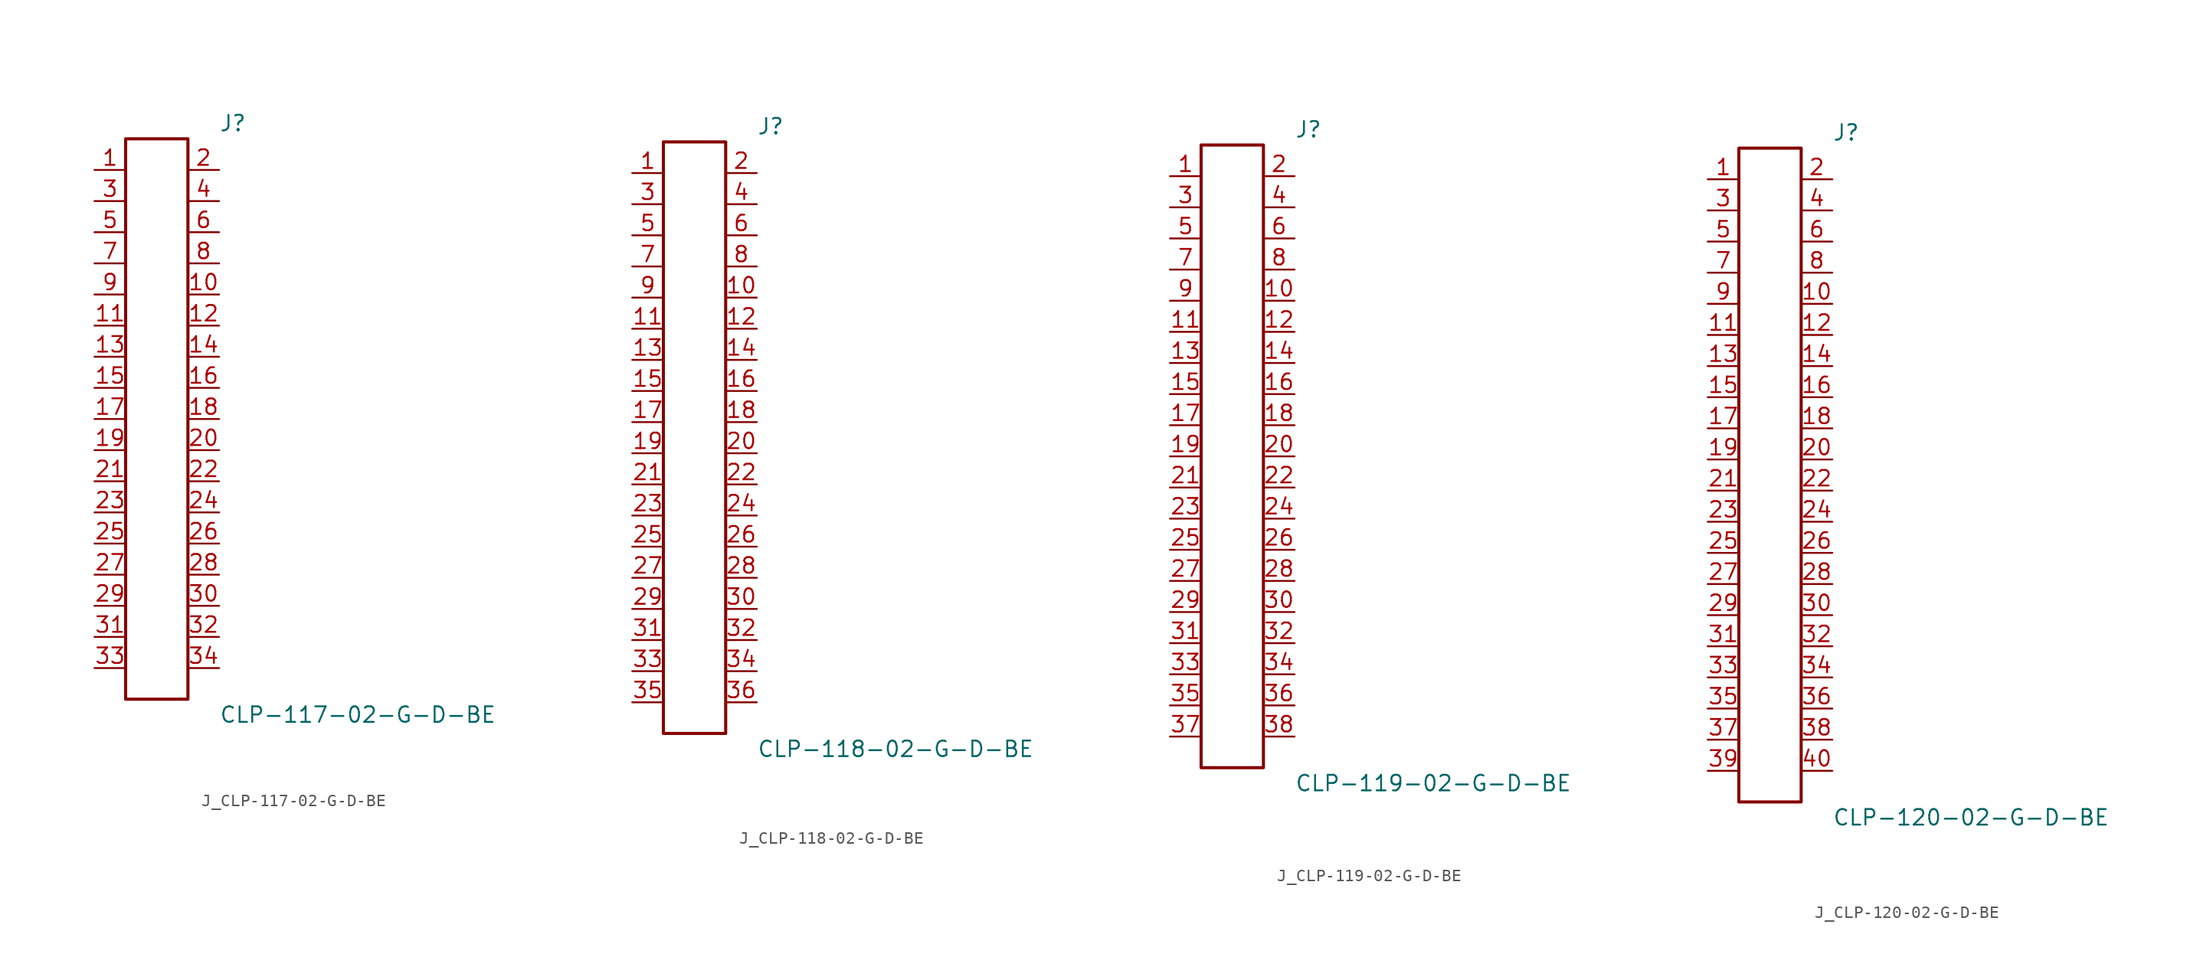
<source format=kicad_sym>
(kicad_symbol_lib
  (version 20231120)
  (generator kicad_symbol_editor)
  (generator_version 8.0)
  (symbol "J_CLP-117-02-G-D-BE"
    (pin_names
      (offset 0.254))
    (property "Reference" "J"
      (at 5.08 24.13 0)
      (effects (font (size 1.27 1.27)) (justify left)))
    (property "Value" "CLP-117-02-G-D-BE"
      (at 5.08 -24.13 0)
      (effects (font (size 1.27 1.27)) (justify left)))
    (symbol "J_CLP-117-02-G-D-BE_0_0"
      (pin passive line (at -5.08 20.32 0) (length 2.54) (name "" (effects (font (size 1.27 1.27)))) (number "1" (effects (font (size 1.27 1.27)))))
      (pin passive line (at 5.08 20.32 180) (length 2.54) (name "" (effects (font (size 1.27 1.27)))) (number "2" (effects (font (size 1.27 1.27)))))
      (pin passive line (at -5.08 17.78 0) (length 2.54) (name "" (effects (font (size 1.27 1.27)))) (number "3" (effects (font (size 1.27 1.27)))))
      (pin passive line (at 5.08 17.78 180) (length 2.54) (name "" (effects (font (size 1.27 1.27)))) (number "4" (effects (font (size 1.27 1.27)))))
      (pin passive line (at -5.08 15.24 0) (length 2.54) (name "" (effects (font (size 1.27 1.27)))) (number "5" (effects (font (size 1.27 1.27)))))
      (pin passive line (at 5.08 15.24 180) (length 2.54) (name "" (effects (font (size 1.27 1.27)))) (number "6" (effects (font (size 1.27 1.27)))))
      (pin passive line (at -5.08 12.7 0) (length 2.54) (name "" (effects (font (size 1.27 1.27)))) (number "7" (effects (font (size 1.27 1.27)))))
      (pin passive line (at 5.08 12.7 180) (length 2.54) (name "" (effects (font (size 1.27 1.27)))) (number "8" (effects (font (size 1.27 1.27)))))
      (pin passive line (at -5.08 10.16 0) (length 2.54) (name "" (effects (font (size 1.27 1.27)))) (number "9" (effects (font (size 1.27 1.27)))))
      (pin passive line (at 5.08 10.16 180) (length 2.54) (name "" (effects (font (size 1.27 1.27)))) (number "10" (effects (font (size 1.27 1.27)))))
      (pin passive line (at -5.08 7.62 0) (length 2.54) (name "" (effects (font (size 1.27 1.27)))) (number "11" (effects (font (size 1.27 1.27)))))
      (pin passive line (at 5.08 7.62 180) (length 2.54) (name "" (effects (font (size 1.27 1.27)))) (number "12" (effects (font (size 1.27 1.27)))))
      (pin passive line (at -5.08 5.08 0) (length 2.54) (name "" (effects (font (size 1.27 1.27)))) (number "13" (effects (font (size 1.27 1.27)))))
      (pin passive line (at 5.08 5.08 180) (length 2.54) (name "" (effects (font (size 1.27 1.27)))) (number "14" (effects (font (size 1.27 1.27)))))
      (pin passive line (at -5.08 2.54 0) (length 2.54) (name "" (effects (font (size 1.27 1.27)))) (number "15" (effects (font (size 1.27 1.27)))))
      (pin passive line (at 5.08 2.54 180) (length 2.54) (name "" (effects (font (size 1.27 1.27)))) (number "16" (effects (font (size 1.27 1.27)))))
      (pin passive line (at -5.08 0.0 0) (length 2.54) (name "" (effects (font (size 1.27 1.27)))) (number "17" (effects (font (size 1.27 1.27)))))
      (pin passive line (at 5.08 0.0 180) (length 2.54) (name "" (effects (font (size 1.27 1.27)))) (number "18" (effects (font (size 1.27 1.27)))))
      (pin passive line (at -5.08 -2.54 0) (length 2.54) (name "" (effects (font (size 1.27 1.27)))) (number "19" (effects (font (size 1.27 1.27)))))
      (pin passive line (at 5.08 -2.54 180) (length 2.54) (name "" (effects (font (size 1.27 1.27)))) (number "20" (effects (font (size 1.27 1.27)))))
      (pin passive line (at -5.08 -5.08 0) (length 2.54) (name "" (effects (font (size 1.27 1.27)))) (number "21" (effects (font (size 1.27 1.27)))))
      (pin passive line (at 5.08 -5.08 180) (length 2.54) (name "" (effects (font (size 1.27 1.27)))) (number "22" (effects (font (size 1.27 1.27)))))
      (pin passive line (at -5.08 -7.62 0) (length 2.54) (name "" (effects (font (size 1.27 1.27)))) (number "23" (effects (font (size 1.27 1.27)))))
      (pin passive line (at 5.08 -7.62 180) (length 2.54) (name "" (effects (font (size 1.27 1.27)))) (number "24" (effects (font (size 1.27 1.27)))))
      (pin passive line (at -5.08 -10.16 0) (length 2.54) (name "" (effects (font (size 1.27 1.27)))) (number "25" (effects (font (size 1.27 1.27)))))
      (pin passive line (at 5.08 -10.16 180) (length 2.54) (name "" (effects (font (size 1.27 1.27)))) (number "26" (effects (font (size 1.27 1.27)))))
      (pin passive line (at -5.08 -12.7 0) (length 2.54) (name "" (effects (font (size 1.27 1.27)))) (number "27" (effects (font (size 1.27 1.27)))))
      (pin passive line (at 5.08 -12.7 180) (length 2.54) (name "" (effects (font (size 1.27 1.27)))) (number "28" (effects (font (size 1.27 1.27)))))
      (pin passive line (at -5.08 -15.24 0) (length 2.54) (name "" (effects (font (size 1.27 1.27)))) (number "29" (effects (font (size 1.27 1.27)))))
      (pin passive line (at 5.08 -15.24 180) (length 2.54) (name "" (effects (font (size 1.27 1.27)))) (number "30" (effects (font (size 1.27 1.27)))))
      (pin passive line (at -5.08 -17.78 0) (length 2.54) (name "" (effects (font (size 1.27 1.27)))) (number "31" (effects (font (size 1.27 1.27)))))
      (pin passive line (at 5.08 -17.78 180) (length 2.54) (name "" (effects (font (size 1.27 1.27)))) (number "32" (effects (font (size 1.27 1.27)))))
      (pin passive line (at -5.08 -20.32 0) (length 2.54) (name "" (effects (font (size 1.27 1.27)))) (number "33" (effects (font (size 1.27 1.27)))))
      (pin passive line (at 5.08 -20.32 180) (length 2.54) (name "" (effects (font (size 1.27 1.27)))) (number "34" (effects (font (size 1.27 1.27))))))
    (symbol "J_CLP-117-02-G-D-BE_1_0"
      (rectangle (start -2.54 22.86) (end 2.54 -22.86) (stroke (width 0.254) (type solid)) (fill (type none)))))
  (symbol "J_CLP-118-02-G-D-BE"
    (pin_names
      (offset 0.254))
    (property "Reference" "J"
      (at 5.08 25.4 0)
      (effects (font (size 1.27 1.27)) (justify left)))
    (property "Value" "CLP-118-02-G-D-BE"
      (at 5.08 -25.4 0)
      (effects (font (size 1.27 1.27)) (justify left)))
    (symbol "J_CLP-118-02-G-D-BE_0_0"
      (pin passive line (at -5.08 21.59 0) (length 2.54) (name "" (effects (font (size 1.27 1.27)))) (number "1" (effects (font (size 1.27 1.27)))))
      (pin passive line (at 5.08 21.59 180) (length 2.54) (name "" (effects (font (size 1.27 1.27)))) (number "2" (effects (font (size 1.27 1.27)))))
      (pin passive line (at -5.08 19.05 0) (length 2.54) (name "" (effects (font (size 1.27 1.27)))) (number "3" (effects (font (size 1.27 1.27)))))
      (pin passive line (at 5.08 19.05 180) (length 2.54) (name "" (effects (font (size 1.27 1.27)))) (number "4" (effects (font (size 1.27 1.27)))))
      (pin passive line (at -5.08 16.51 0) (length 2.54) (name "" (effects (font (size 1.27 1.27)))) (number "5" (effects (font (size 1.27 1.27)))))
      (pin passive line (at 5.08 16.51 180) (length 2.54) (name "" (effects (font (size 1.27 1.27)))) (number "6" (effects (font (size 1.27 1.27)))))
      (pin passive line (at -5.08 13.97 0) (length 2.54) (name "" (effects (font (size 1.27 1.27)))) (number "7" (effects (font (size 1.27 1.27)))))
      (pin passive line (at 5.08 13.97 180) (length 2.54) (name "" (effects (font (size 1.27 1.27)))) (number "8" (effects (font (size 1.27 1.27)))))
      (pin passive line (at -5.08 11.43 0) (length 2.54) (name "" (effects (font (size 1.27 1.27)))) (number "9" (effects (font (size 1.27 1.27)))))
      (pin passive line (at 5.08 11.43 180) (length 2.54) (name "" (effects (font (size 1.27 1.27)))) (number "10" (effects (font (size 1.27 1.27)))))
      (pin passive line (at -5.08 8.89 0) (length 2.54) (name "" (effects (font (size 1.27 1.27)))) (number "11" (effects (font (size 1.27 1.27)))))
      (pin passive line (at 5.08 8.89 180) (length 2.54) (name "" (effects (font (size 1.27 1.27)))) (number "12" (effects (font (size 1.27 1.27)))))
      (pin passive line (at -5.08 6.35 0) (length 2.54) (name "" (effects (font (size 1.27 1.27)))) (number "13" (effects (font (size 1.27 1.27)))))
      (pin passive line (at 5.08 6.35 180) (length 2.54) (name "" (effects (font (size 1.27 1.27)))) (number "14" (effects (font (size 1.27 1.27)))))
      (pin passive line (at -5.08 3.81 0) (length 2.54) (name "" (effects (font (size 1.27 1.27)))) (number "15" (effects (font (size 1.27 1.27)))))
      (pin passive line (at 5.08 3.81 180) (length 2.54) (name "" (effects (font (size 1.27 1.27)))) (number "16" (effects (font (size 1.27 1.27)))))
      (pin passive line (at -5.08 1.27 0) (length 2.54) (name "" (effects (font (size 1.27 1.27)))) (number "17" (effects (font (size 1.27 1.27)))))
      (pin passive line (at 5.08 1.27 180) (length 2.54) (name "" (effects (font (size 1.27 1.27)))) (number "18" (effects (font (size 1.27 1.27)))))
      (pin passive line (at -5.08 -1.27 0) (length 2.54) (name "" (effects (font (size 1.27 1.27)))) (number "19" (effects (font (size 1.27 1.27)))))
      (pin passive line (at 5.08 -1.27 180) (length 2.54) (name "" (effects (font (size 1.27 1.27)))) (number "20" (effects (font (size 1.27 1.27)))))
      (pin passive line (at -5.08 -3.81 0) (length 2.54) (name "" (effects (font (size 1.27 1.27)))) (number "21" (effects (font (size 1.27 1.27)))))
      (pin passive line (at 5.08 -3.81 180) (length 2.54) (name "" (effects (font (size 1.27 1.27)))) (number "22" (effects (font (size 1.27 1.27)))))
      (pin passive line (at -5.08 -6.35 0) (length 2.54) (name "" (effects (font (size 1.27 1.27)))) (number "23" (effects (font (size 1.27 1.27)))))
      (pin passive line (at 5.08 -6.35 180) (length 2.54) (name "" (effects (font (size 1.27 1.27)))) (number "24" (effects (font (size 1.27 1.27)))))
      (pin passive line (at -5.08 -8.89 0) (length 2.54) (name "" (effects (font (size 1.27 1.27)))) (number "25" (effects (font (size 1.27 1.27)))))
      (pin passive line (at 5.08 -8.89 180) (length 2.54) (name "" (effects (font (size 1.27 1.27)))) (number "26" (effects (font (size 1.27 1.27)))))
      (pin passive line (at -5.08 -11.43 0) (length 2.54) (name "" (effects (font (size 1.27 1.27)))) (number "27" (effects (font (size 1.27 1.27)))))
      (pin passive line (at 5.08 -11.43 180) (length 2.54) (name "" (effects (font (size 1.27 1.27)))) (number "28" (effects (font (size 1.27 1.27)))))
      (pin passive line (at -5.08 -13.97 0) (length 2.54) (name "" (effects (font (size 1.27 1.27)))) (number "29" (effects (font (size 1.27 1.27)))))
      (pin passive line (at 5.08 -13.97 180) (length 2.54) (name "" (effects (font (size 1.27 1.27)))) (number "30" (effects (font (size 1.27 1.27)))))
      (pin passive line (at -5.08 -16.51 0) (length 2.54) (name "" (effects (font (size 1.27 1.27)))) (number "31" (effects (font (size 1.27 1.27)))))
      (pin passive line (at 5.08 -16.51 180) (length 2.54) (name "" (effects (font (size 1.27 1.27)))) (number "32" (effects (font (size 1.27 1.27)))))
      (pin passive line (at -5.08 -19.05 0) (length 2.54) (name "" (effects (font (size 1.27 1.27)))) (number "33" (effects (font (size 1.27 1.27)))))
      (pin passive line (at 5.08 -19.05 180) (length 2.54) (name "" (effects (font (size 1.27 1.27)))) (number "34" (effects (font (size 1.27 1.27)))))
      (pin passive line (at -5.08 -21.59 0) (length 2.54) (name "" (effects (font (size 1.27 1.27)))) (number "35" (effects (font (size 1.27 1.27)))))
      (pin passive line (at 5.08 -21.59 180) (length 2.54) (name "" (effects (font (size 1.27 1.27)))) (number "36" (effects (font (size 1.27 1.27))))))
    (symbol "J_CLP-118-02-G-D-BE_1_0"
      (rectangle (start -2.54 24.13) (end 2.54 -24.13) (stroke (width 0.254) (type solid)) (fill (type none)))))
  (symbol "J_CLP-119-02-G-D-BE"
    (pin_names
      (offset 0.254))
    (property "Reference" "J"
      (at 5.08 26.67 0)
      (effects (font (size 1.27 1.27)) (justify left)))
    (property "Value" "CLP-119-02-G-D-BE"
      (at 5.08 -26.67 0)
      (effects (font (size 1.27 1.27)) (justify left)))
    (symbol "J_CLP-119-02-G-D-BE_0_0"
      (pin passive line (at -5.08 22.86 0) (length 2.54) (name "" (effects (font (size 1.27 1.27)))) (number "1" (effects (font (size 1.27 1.27)))))
      (pin passive line (at 5.08 22.86 180) (length 2.54) (name "" (effects (font (size 1.27 1.27)))) (number "2" (effects (font (size 1.27 1.27)))))
      (pin passive line (at -5.08 20.32 0) (length 2.54) (name "" (effects (font (size 1.27 1.27)))) (number "3" (effects (font (size 1.27 1.27)))))
      (pin passive line (at 5.08 20.32 180) (length 2.54) (name "" (effects (font (size 1.27 1.27)))) (number "4" (effects (font (size 1.27 1.27)))))
      (pin passive line (at -5.08 17.78 0) (length 2.54) (name "" (effects (font (size 1.27 1.27)))) (number "5" (effects (font (size 1.27 1.27)))))
      (pin passive line (at 5.08 17.78 180) (length 2.54) (name "" (effects (font (size 1.27 1.27)))) (number "6" (effects (font (size 1.27 1.27)))))
      (pin passive line (at -5.08 15.24 0) (length 2.54) (name "" (effects (font (size 1.27 1.27)))) (number "7" (effects (font (size 1.27 1.27)))))
      (pin passive line (at 5.08 15.24 180) (length 2.54) (name "" (effects (font (size 1.27 1.27)))) (number "8" (effects (font (size 1.27 1.27)))))
      (pin passive line (at -5.08 12.7 0) (length 2.54) (name "" (effects (font (size 1.27 1.27)))) (number "9" (effects (font (size 1.27 1.27)))))
      (pin passive line (at 5.08 12.7 180) (length 2.54) (name "" (effects (font (size 1.27 1.27)))) (number "10" (effects (font (size 1.27 1.27)))))
      (pin passive line (at -5.08 10.16 0) (length 2.54) (name "" (effects (font (size 1.27 1.27)))) (number "11" (effects (font (size 1.27 1.27)))))
      (pin passive line (at 5.08 10.16 180) (length 2.54) (name "" (effects (font (size 1.27 1.27)))) (number "12" (effects (font (size 1.27 1.27)))))
      (pin passive line (at -5.08 7.62 0) (length 2.54) (name "" (effects (font (size 1.27 1.27)))) (number "13" (effects (font (size 1.27 1.27)))))
      (pin passive line (at 5.08 7.62 180) (length 2.54) (name "" (effects (font (size 1.27 1.27)))) (number "14" (effects (font (size 1.27 1.27)))))
      (pin passive line (at -5.08 5.08 0) (length 2.54) (name "" (effects (font (size 1.27 1.27)))) (number "15" (effects (font (size 1.27 1.27)))))
      (pin passive line (at 5.08 5.08 180) (length 2.54) (name "" (effects (font (size 1.27 1.27)))) (number "16" (effects (font (size 1.27 1.27)))))
      (pin passive line (at -5.08 2.54 0) (length 2.54) (name "" (effects (font (size 1.27 1.27)))) (number "17" (effects (font (size 1.27 1.27)))))
      (pin passive line (at 5.08 2.54 180) (length 2.54) (name "" (effects (font (size 1.27 1.27)))) (number "18" (effects (font (size 1.27 1.27)))))
      (pin passive line (at -5.08 0.0 0) (length 2.54) (name "" (effects (font (size 1.27 1.27)))) (number "19" (effects (font (size 1.27 1.27)))))
      (pin passive line (at 5.08 0.0 180) (length 2.54) (name "" (effects (font (size 1.27 1.27)))) (number "20" (effects (font (size 1.27 1.27)))))
      (pin passive line (at -5.08 -2.54 0) (length 2.54) (name "" (effects (font (size 1.27 1.27)))) (number "21" (effects (font (size 1.27 1.27)))))
      (pin passive line (at 5.08 -2.54 180) (length 2.54) (name "" (effects (font (size 1.27 1.27)))) (number "22" (effects (font (size 1.27 1.27)))))
      (pin passive line (at -5.08 -5.08 0) (length 2.54) (name "" (effects (font (size 1.27 1.27)))) (number "23" (effects (font (size 1.27 1.27)))))
      (pin passive line (at 5.08 -5.08 180) (length 2.54) (name "" (effects (font (size 1.27 1.27)))) (number "24" (effects (font (size 1.27 1.27)))))
      (pin passive line (at -5.08 -7.62 0) (length 2.54) (name "" (effects (font (size 1.27 1.27)))) (number "25" (effects (font (size 1.27 1.27)))))
      (pin passive line (at 5.08 -7.62 180) (length 2.54) (name "" (effects (font (size 1.27 1.27)))) (number "26" (effects (font (size 1.27 1.27)))))
      (pin passive line (at -5.08 -10.16 0) (length 2.54) (name "" (effects (font (size 1.27 1.27)))) (number "27" (effects (font (size 1.27 1.27)))))
      (pin passive line (at 5.08 -10.16 180) (length 2.54) (name "" (effects (font (size 1.27 1.27)))) (number "28" (effects (font (size 1.27 1.27)))))
      (pin passive line (at -5.08 -12.7 0) (length 2.54) (name "" (effects (font (size 1.27 1.27)))) (number "29" (effects (font (size 1.27 1.27)))))
      (pin passive line (at 5.08 -12.7 180) (length 2.54) (name "" (effects (font (size 1.27 1.27)))) (number "30" (effects (font (size 1.27 1.27)))))
      (pin passive line (at -5.08 -15.24 0) (length 2.54) (name "" (effects (font (size 1.27 1.27)))) (number "31" (effects (font (size 1.27 1.27)))))
      (pin passive line (at 5.08 -15.24 180) (length 2.54) (name "" (effects (font (size 1.27 1.27)))) (number "32" (effects (font (size 1.27 1.27)))))
      (pin passive line (at -5.08 -17.78 0) (length 2.54) (name "" (effects (font (size 1.27 1.27)))) (number "33" (effects (font (size 1.27 1.27)))))
      (pin passive line (at 5.08 -17.78 180) (length 2.54) (name "" (effects (font (size 1.27 1.27)))) (number "34" (effects (font (size 1.27 1.27)))))
      (pin passive line (at -5.08 -20.32 0) (length 2.54) (name "" (effects (font (size 1.27 1.27)))) (number "35" (effects (font (size 1.27 1.27)))))
      (pin passive line (at 5.08 -20.32 180) (length 2.54) (name "" (effects (font (size 1.27 1.27)))) (number "36" (effects (font (size 1.27 1.27)))))
      (pin passive line (at -5.08 -22.86 0) (length 2.54) (name "" (effects (font (size 1.27 1.27)))) (number "37" (effects (font (size 1.27 1.27)))))
      (pin passive line (at 5.08 -22.86 180) (length 2.54) (name "" (effects (font (size 1.27 1.27)))) (number "38" (effects (font (size 1.27 1.27))))))
    (symbol "J_CLP-119-02-G-D-BE_1_0"
      (rectangle (start -2.54 25.4) (end 2.54 -25.4) (stroke (width 0.254) (type solid)) (fill (type none)))))
  (symbol "J_CLP-120-02-G-D-BE"
    (pin_names
      (offset 0.254))
    (property "Reference" "J"
      (at 5.08 27.94 0)
      (effects (font (size 1.27 1.27)) (justify left)))
    (property "Value" "CLP-120-02-G-D-BE"
      (at 5.08 -27.94 0)
      (effects (font (size 1.27 1.27)) (justify left)))
    (symbol "J_CLP-120-02-G-D-BE_0_0"
      (pin passive line (at -5.08 24.13 0) (length 2.54) (name "" (effects (font (size 1.27 1.27)))) (number "1" (effects (font (size 1.27 1.27)))))
      (pin passive line (at 5.08 24.13 180) (length 2.54) (name "" (effects (font (size 1.27 1.27)))) (number "2" (effects (font (size 1.27 1.27)))))
      (pin passive line (at -5.08 21.59 0) (length 2.54) (name "" (effects (font (size 1.27 1.27)))) (number "3" (effects (font (size 1.27 1.27)))))
      (pin passive line (at 5.08 21.59 180) (length 2.54) (name "" (effects (font (size 1.27 1.27)))) (number "4" (effects (font (size 1.27 1.27)))))
      (pin passive line (at -5.08 19.05 0) (length 2.54) (name "" (effects (font (size 1.27 1.27)))) (number "5" (effects (font (size 1.27 1.27)))))
      (pin passive line (at 5.08 19.05 180) (length 2.54) (name "" (effects (font (size 1.27 1.27)))) (number "6" (effects (font (size 1.27 1.27)))))
      (pin passive line (at -5.08 16.51 0) (length 2.54) (name "" (effects (font (size 1.27 1.27)))) (number "7" (effects (font (size 1.27 1.27)))))
      (pin passive line (at 5.08 16.51 180) (length 2.54) (name "" (effects (font (size 1.27 1.27)))) (number "8" (effects (font (size 1.27 1.27)))))
      (pin passive line (at -5.08 13.97 0) (length 2.54) (name "" (effects (font (size 1.27 1.27)))) (number "9" (effects (font (size 1.27 1.27)))))
      (pin passive line (at 5.08 13.97 180) (length 2.54) (name "" (effects (font (size 1.27 1.27)))) (number "10" (effects (font (size 1.27 1.27)))))
      (pin passive line (at -5.08 11.43 0) (length 2.54) (name "" (effects (font (size 1.27 1.27)))) (number "11" (effects (font (size 1.27 1.27)))))
      (pin passive line (at 5.08 11.43 180) (length 2.54) (name "" (effects (font (size 1.27 1.27)))) (number "12" (effects (font (size 1.27 1.27)))))
      (pin passive line (at -5.08 8.89 0) (length 2.54) (name "" (effects (font (size 1.27 1.27)))) (number "13" (effects (font (size 1.27 1.27)))))
      (pin passive line (at 5.08 8.89 180) (length 2.54) (name "" (effects (font (size 1.27 1.27)))) (number "14" (effects (font (size 1.27 1.27)))))
      (pin passive line (at -5.08 6.35 0) (length 2.54) (name "" (effects (font (size 1.27 1.27)))) (number "15" (effects (font (size 1.27 1.27)))))
      (pin passive line (at 5.08 6.35 180) (length 2.54) (name "" (effects (font (size 1.27 1.27)))) (number "16" (effects (font (size 1.27 1.27)))))
      (pin passive line (at -5.08 3.81 0) (length 2.54) (name "" (effects (font (size 1.27 1.27)))) (number "17" (effects (font (size 1.27 1.27)))))
      (pin passive line (at 5.08 3.81 180) (length 2.54) (name "" (effects (font (size 1.27 1.27)))) (number "18" (effects (font (size 1.27 1.27)))))
      (pin passive line (at -5.08 1.27 0) (length 2.54) (name "" (effects (font (size 1.27 1.27)))) (number "19" (effects (font (size 1.27 1.27)))))
      (pin passive line (at 5.08 1.27 180) (length 2.54) (name "" (effects (font (size 1.27 1.27)))) (number "20" (effects (font (size 1.27 1.27)))))
      (pin passive line (at -5.08 -1.27 0) (length 2.54) (name "" (effects (font (size 1.27 1.27)))) (number "21" (effects (font (size 1.27 1.27)))))
      (pin passive line (at 5.08 -1.27 180) (length 2.54) (name "" (effects (font (size 1.27 1.27)))) (number "22" (effects (font (size 1.27 1.27)))))
      (pin passive line (at -5.08 -3.81 0) (length 2.54) (name "" (effects (font (size 1.27 1.27)))) (number "23" (effects (font (size 1.27 1.27)))))
      (pin passive line (at 5.08 -3.81 180) (length 2.54) (name "" (effects (font (size 1.27 1.27)))) (number "24" (effects (font (size 1.27 1.27)))))
      (pin passive line (at -5.08 -6.35 0) (length 2.54) (name "" (effects (font (size 1.27 1.27)))) (number "25" (effects (font (size 1.27 1.27)))))
      (pin passive line (at 5.08 -6.35 180) (length 2.54) (name "" (effects (font (size 1.27 1.27)))) (number "26" (effects (font (size 1.27 1.27)))))
      (pin passive line (at -5.08 -8.89 0) (length 2.54) (name "" (effects (font (size 1.27 1.27)))) (number "27" (effects (font (size 1.27 1.27)))))
      (pin passive line (at 5.08 -8.89 180) (length 2.54) (name "" (effects (font (size 1.27 1.27)))) (number "28" (effects (font (size 1.27 1.27)))))
      (pin passive line (at -5.08 -11.43 0) (length 2.54) (name "" (effects (font (size 1.27 1.27)))) (number "29" (effects (font (size 1.27 1.27)))))
      (pin passive line (at 5.08 -11.43 180) (length 2.54) (name "" (effects (font (size 1.27 1.27)))) (number "30" (effects (font (size 1.27 1.27)))))
      (pin passive line (at -5.08 -13.97 0) (length 2.54) (name "" (effects (font (size 1.27 1.27)))) (number "31" (effects (font (size 1.27 1.27)))))
      (pin passive line (at 5.08 -13.97 180) (length 2.54) (name "" (effects (font (size 1.27 1.27)))) (number "32" (effects (font (size 1.27 1.27)))))
      (pin passive line (at -5.08 -16.51 0) (length 2.54) (name "" (effects (font (size 1.27 1.27)))) (number "33" (effects (font (size 1.27 1.27)))))
      (pin passive line (at 5.08 -16.51 180) (length 2.54) (name "" (effects (font (size 1.27 1.27)))) (number "34" (effects (font (size 1.27 1.27)))))
      (pin passive line (at -5.08 -19.05 0) (length 2.54) (name "" (effects (font (size 1.27 1.27)))) (number "35" (effects (font (size 1.27 1.27)))))
      (pin passive line (at 5.08 -19.05 180) (length 2.54) (name "" (effects (font (size 1.27 1.27)))) (number "36" (effects (font (size 1.27 1.27)))))
      (pin passive line (at -5.08 -21.59 0) (length 2.54) (name "" (effects (font (size 1.27 1.27)))) (number "37" (effects (font (size 1.27 1.27)))))
      (pin passive line (at 5.08 -21.59 180) (length 2.54) (name "" (effects (font (size 1.27 1.27)))) (number "38" (effects (font (size 1.27 1.27)))))
      (pin passive line (at -5.08 -24.13 0) (length 2.54) (name "" (effects (font (size 1.27 1.27)))) (number "39" (effects (font (size 1.27 1.27)))))
      (pin passive line (at 5.08 -24.13 180) (length 2.54) (name "" (effects (font (size 1.27 1.27)))) (number "40" (effects (font (size 1.27 1.27))))))
    (symbol "J_CLP-120-02-G-D-BE_1_0"
      (rectangle (start -2.54 26.67) (end 2.54 -26.67) (stroke (width 0.254) (type solid)) (fill (type none))))))
</source>
